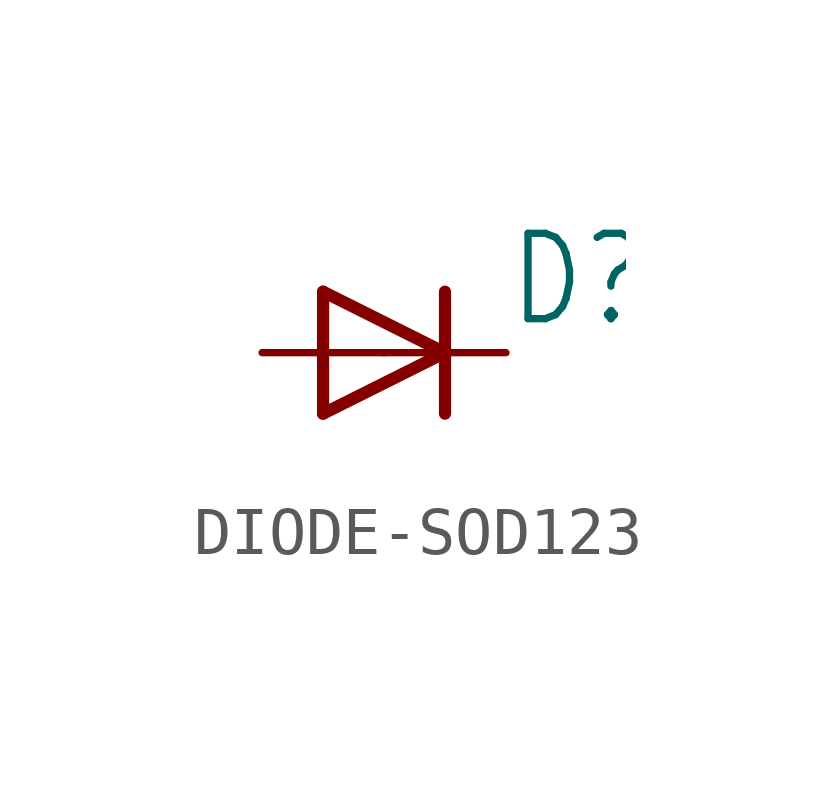
<source format=kicad_sym>
(kicad_symbol_lib
  (version 20220914)
  (generator kicad_symbol_editor)
  (symbol "DIODE-SOD123"
    (property "Reference" "D"
      (at 2.54 0.483 0)
      (effects (font (size 1.778 1.511)) (justify left bottom)))
    (property "Value" ""
      (at 2.54 -2.311 0)
      (effects (font (size 1.778 1.511)) (justify left bottom)))
    (property "ki_locked" ""
      (at 0 0 0)
      (effects (font (size 1.27 1.27))))
    (symbol "DIODE-SOD123_1_0"
      (polyline (pts (xy -1.27 -1.27) (xy 1.27 0)) (stroke (width 0.254) (type solid)) (fill (type none)))
      (polyline (pts (xy -1.27 1.27) (xy -1.27 -1.27)) (stroke (width 0.254) (type solid)) (fill (type none)))
      (polyline (pts (xy 1.27 0) (xy -1.27 1.27)) (stroke (width 0.254) (type solid)) (fill (type none)))
      (polyline (pts (xy 1.27 0) (xy 1.27 -1.27)) (stroke (width 0.254) (type solid)) (fill (type none)))
      (polyline (pts (xy 1.27 1.27) (xy 1.27 0)) (stroke (width 0.254) (type solid)) (fill (type none)))
      (pin passive line (at -2.54 0 0) (length 2.54) (name "A" (effects (font (size 0 0)))) (number "A" (effects (font (size 0 0)))))
      (pin passive line (at 2.54 0 180) (length 2.54) (name "C" (effects (font (size 0 0)))) (number "C" (effects (font (size 0 0))))))))
</source>
